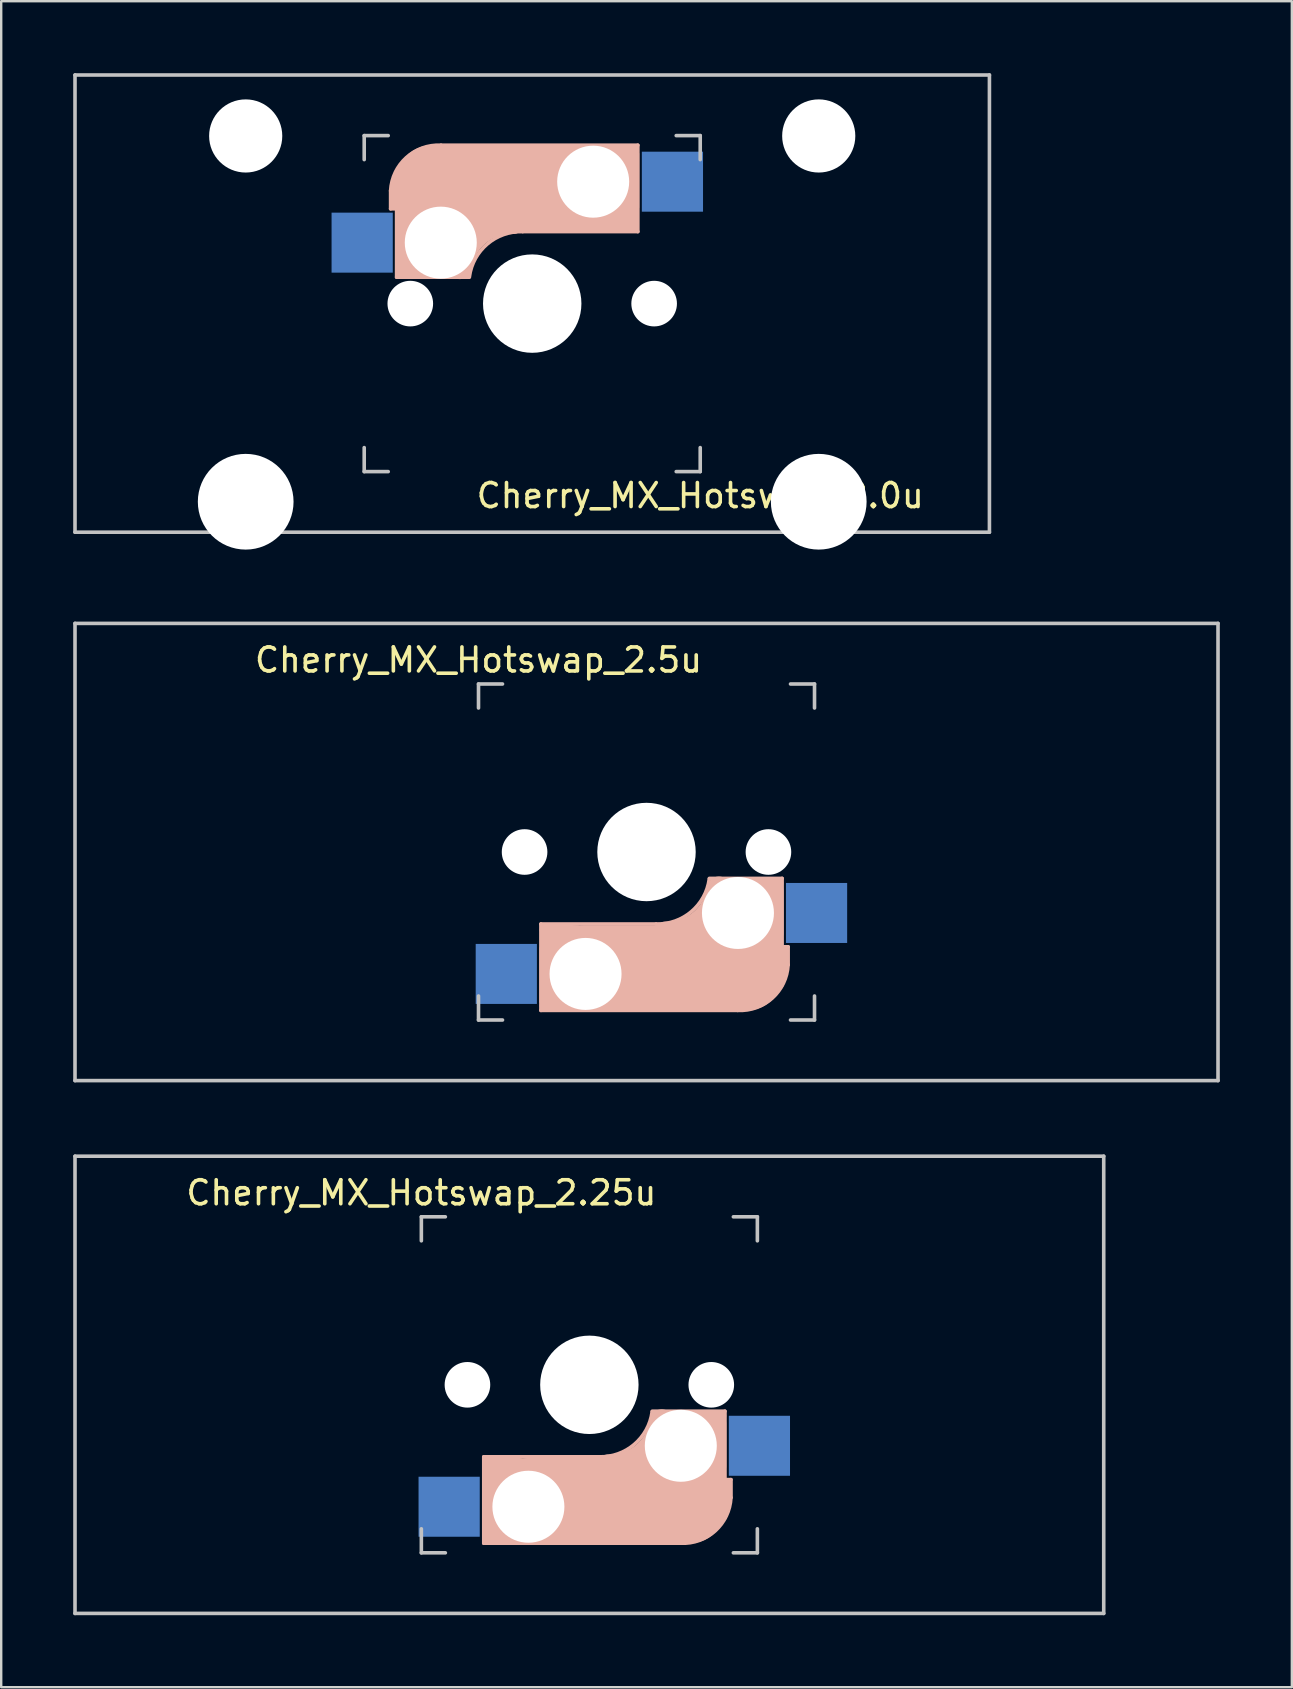
<source format=kicad_pcb>
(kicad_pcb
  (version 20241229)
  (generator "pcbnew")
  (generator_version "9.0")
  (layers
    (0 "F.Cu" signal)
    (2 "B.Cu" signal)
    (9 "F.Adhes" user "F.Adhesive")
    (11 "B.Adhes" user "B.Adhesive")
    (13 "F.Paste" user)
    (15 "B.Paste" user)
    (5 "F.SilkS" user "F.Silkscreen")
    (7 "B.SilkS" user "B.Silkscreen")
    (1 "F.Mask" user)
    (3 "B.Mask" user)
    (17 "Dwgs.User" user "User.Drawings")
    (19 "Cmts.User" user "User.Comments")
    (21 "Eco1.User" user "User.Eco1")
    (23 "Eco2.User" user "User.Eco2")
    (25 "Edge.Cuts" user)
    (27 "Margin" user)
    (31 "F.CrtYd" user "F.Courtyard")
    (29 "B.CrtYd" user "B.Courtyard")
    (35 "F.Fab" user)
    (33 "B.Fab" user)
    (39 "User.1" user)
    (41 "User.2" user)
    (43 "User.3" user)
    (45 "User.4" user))
  (footprint "Cherry_MX_Hotswap_2.5u"
    (layer "F.Cu")
    (at 23.887 32.449)
    (property "Reference" "Cherry_MX_Hotswap_2.5u" (at -7 -8 180) (layer "F.SilkS") (effects (font (size 1 1) (thickness 0.15))))
    (attr through_hole)
    (fp_line (start -4.4 3) (end -4.4 6.6) (stroke (width 0.15) (type solid)) (layer "B.SilkS"))
    (fp_line (start -4.4 6.6) (end 3.8 6.6) (stroke (width 0.15) (type solid)) (layer "B.SilkS"))
    (fp_line (start -4.38 4) (end -4.38 6.25) (stroke (width 0.15) (type solid)) (layer "B.SilkS"))
    (fp_line (start -4.25 6.4) (end -3 6.4) (stroke (width 0.4) (type solid)) (layer "B.SilkS"))
    (fp_line (start -4.2 3.25) (end -2.9 3.3) (stroke (width 0.5) (type solid)) (layer "B.SilkS"))
    (fp_line (start -3.9 6) (end -3.9 3.5) (stroke (width 1) (type solid)) (layer "B.SilkS"))
    (fp_line (start -2.6 4.8) (end 4.1 4.8) (stroke (width 3.5) (type solid)) (layer "B.SilkS"))
    (fp_line (start 0.4 3) (end -4.4 3) (stroke (width 0.15) (type solid)) (layer "B.SilkS"))
    (fp_line (start 4.17 5.1) (end 4.17 2.86) (stroke (width 3) (type solid)) (layer "B.SilkS"))
    (fp_line (start 5.3 1.6) (end 5.3 3.4) (stroke (width 0.8) (type solid)) (layer "B.SilkS"))
    (fp_line (start 5.45 1.3) (end 3 1.3) (stroke (width 0.5) (type solid)) (layer "B.SilkS"))
    (fp_line (start 5.65 1.1) (end 2.62 1.1) (stroke (width 0.15) (type solid)) (layer "B.SilkS"))
    (fp_line (start 5.65 5.55) (end 5.65 1.1) (stroke (width 0.15) (type solid)) (layer "B.SilkS"))
    (fp_line (start 5.8 4.05) (end 5.8 4.7) (stroke (width 0.3) (type solid)) (layer "B.SilkS"))
    (fp_line (start 5.9 3.95) (end 5.7 3.95) (stroke (width 0.15) (type solid)) (layer "B.SilkS"))
    (fp_line (start 5.9 4.7) (end 5.9 3.95) (stroke (width 0.15) (type solid)) (layer "B.SilkS"))
    (fp_arc (start 2.616318 1.121471) (mid 1.868709 2.486118) (end 0.4 3) (stroke (width 0.15) (type solid)) (layer "B.SilkS"))
    (fp_arc (start 3.016318 1.521471) (mid 2.268709 2.886118) (end 0.8 3.4) (stroke (width 1) (type solid)) (layer "B.SilkS"))
    (fp_arc (start 5.9 4.699999) (mid 5.243504 6.084924) (end 3.800001 6.6) (stroke (width 0.15) (type solid)) (layer "B.SilkS"))
    (fp_line (start -23.812 -9.525) (end 23.812 -9.525) (stroke (width 0.15) (type solid)) (layer "Dwgs.User"))
    (fp_line (start -23.812 9.525) (end -23.812 -9.525) (stroke (width 0.15) (type solid)) (layer "Dwgs.User"))
    (fp_line (start -7 -7) (end -7 -6) (stroke (width 0.15) (type solid)) (layer "Dwgs.User"))
    (fp_line (start -7 7) (end -7 6) (stroke (width 0.15) (type solid)) (layer "Dwgs.User"))
    (fp_line (start -7 7) (end -6 7) (stroke (width 0.15) (type solid)) (layer "Dwgs.User"))
    (fp_line (start -6 -7) (end -7 -7) (stroke (width 0.15) (type solid)) (layer "Dwgs.User"))
    (fp_line (start 7 -7) (end 6 -7) (stroke (width 0.15) (type solid)) (layer "Dwgs.User"))
    (fp_line (start 7 -6) (end 7 -7) (stroke (width 0.15) (type solid)) (layer "Dwgs.User"))
    (fp_line (start 7 6) (end 7 7) (stroke (width 0.15) (type solid)) (layer "Dwgs.User"))
    (fp_line (start 7 7) (end 6 7) (stroke (width 0.15) (type solid)) (layer "Dwgs.User"))
    (fp_line (start 23.812 -9.525) (end 23.812 9.525) (stroke (width 0.15) (type solid)) (layer "Dwgs.User"))
    (fp_line (start 23.812 9.525) (end -23.812 9.525) (stroke (width 0.15) (type solid)) (layer "Dwgs.User"))
    (pad "" np_thru_hole circle (at -5.08 0 180) (size 1.9 1.9) (drill 1.9) (layers "*.Cu" "*.Mask"))
    (pad "" np_thru_hole circle (at -2.54 5.08 180) (size 3 3) (drill 3) (layers "*.Cu" "*.Mask"))
    (pad "" np_thru_hole circle (at 0 0 270) (size 4.1 4.1) (drill 4.1) (layers "*.Cu" "*.Mask"))
    (pad "" np_thru_hole circle (at 3.81 2.54 180) (size 3 3) (drill 3) (layers "*.Cu" "*.Mask"))
    (pad "" np_thru_hole circle (at 5.08 0 180) (size 1.9 1.9) (drill 1.9) (layers "*.Cu" "*.Mask"))
    (pad "1" smd rect (at 7.085 2.54) (size 2.55 2.5) (layers "B.Cu" "B.Mask" "B.Paste"))
    (pad "2" smd rect (at -5.842 5.08) (size 2.55 2.5) (layers "B.Cu" "B.Mask" "B.Paste")))
  (footprint "Cherry_MX_Hotswap_2.0u"
    (layer "F.Cu")
    (at 19.125 9.6)
    (property "Reference" "Cherry_MX_Hotswap_2.0u" (at 7 8 0) (layer "F.SilkS") (effects (font (size 1 1) (thickness 0.15))))
    (attr through_hole)
    (fp_line (start -5.9 -4.7) (end -5.9 -3.95) (stroke (width 0.15) (type solid)) (layer "B.SilkS"))
    (fp_line (start -5.9 -3.95) (end -5.7 -3.95) (stroke (width 0.15) (type solid)) (layer "B.SilkS"))
    (fp_line (start -5.8 -4.05) (end -5.8 -4.7) (stroke (width 0.3) (type solid)) (layer "B.SilkS"))
    (fp_line (start -5.65 -5.55) (end -5.65 -1.1) (stroke (width 0.15) (type solid)) (layer "B.SilkS"))
    (fp_line (start -5.65 -1.1) (end -2.62 -1.1) (stroke (width 0.15) (type solid)) (layer "B.SilkS"))
    (fp_line (start -5.45 -1.3) (end -3 -1.3) (stroke (width 0.5) (type solid)) (layer "B.SilkS"))
    (fp_line (start -5.3 -1.6) (end -5.3 -3.4) (stroke (width 0.8) (type solid)) (layer "B.SilkS"))
    (fp_line (start -4.17 -5.1) (end -4.17 -2.86) (stroke (width 3) (type solid)) (layer "B.SilkS"))
    (fp_line (start -0.4 -3) (end 4.4 -3) (stroke (width 0.15) (type solid)) (layer "B.SilkS"))
    (fp_line (start 2.6 -4.8) (end -4.1 -4.8) (stroke (width 3.5) (type solid)) (layer "B.SilkS"))
    (fp_line (start 3.9 -6) (end 3.9 -3.5) (stroke (width 1) (type solid)) (layer "B.SilkS"))
    (fp_line (start 4.2 -3.25) (end 2.9 -3.3) (stroke (width 0.5) (type solid)) (layer "B.SilkS"))
    (fp_line (start 4.25 -6.4) (end 3 -6.4) (stroke (width 0.4) (type solid)) (layer "B.SilkS"))
    (fp_line (start 4.38 -4) (end 4.38 -6.25) (stroke (width 0.15) (type solid)) (layer "B.SilkS"))
    (fp_line (start 4.4 -6.6) (end -3.8 -6.6) (stroke (width 0.15) (type solid)) (layer "B.SilkS"))
    (fp_line (start 4.4 -3) (end 4.4 -6.6) (stroke (width 0.15) (type solid)) (layer "B.SilkS"))
    (fp_arc (start -5.9 -4.699999) (mid -5.243504 -6.084924) (end -3.800001 -6.6) (stroke (width 0.15) (type solid)) (layer "B.SilkS"))
    (fp_arc (start -3.016318 -1.521471) (mid -2.268709 -2.886118) (end -0.8 -3.4) (stroke (width 1) (type solid)) (layer "B.SilkS"))
    (fp_arc (start -2.616318 -1.121471) (mid -1.868709 -2.486118) (end -0.4 -3) (stroke (width 0.15) (type solid)) (layer "B.SilkS"))
    (fp_line (start -19.05 -9.525) (end 19.05 -9.525) (stroke (width 0.15) (type solid)) (layer "Dwgs.User"))
    (fp_line (start -19.05 9.525) (end -19.05 -9.525) (stroke (width 0.15) (type solid)) (layer "Dwgs.User"))
    (fp_line (start -7 -7) (end -6 -7) (stroke (width 0.15) (type solid)) (layer "Dwgs.User"))
    (fp_line (start -7 -6) (end -7 -7) (stroke (width 0.15) (type solid)) (layer "Dwgs.User"))
    (fp_line (start -7 6) (end -7 7) (stroke (width 0.15) (type solid)) (layer "Dwgs.User"))
    (fp_line (start -7 7) (end -6 7) (stroke (width 0.15) (type solid)) (layer "Dwgs.User"))
    (fp_line (start 6 7) (end 7 7) (stroke (width 0.15) (type solid)) (layer "Dwgs.User"))
    (fp_line (start 7 -7) (end 6 -7) (stroke (width 0.15) (type solid)) (layer "Dwgs.User"))
    (fp_line (start 7 -7) (end 7 -6) (stroke (width 0.15) (type solid)) (layer "Dwgs.User"))
    (fp_line (start 7 7) (end 7 6) (stroke (width 0.15) (type solid)) (layer "Dwgs.User"))
    (fp_line (start 19.05 -9.525) (end 19.05 9.525) (stroke (width 0.15) (type solid)) (layer "Dwgs.User"))
    (fp_line (start 19.05 9.525) (end -19.05 9.525) (stroke (width 0.15) (type solid)) (layer "Dwgs.User"))
    (pad "" np_thru_hole circle (at -11.938 -6.985) (size 3.048 3.048) (drill 3.048) (layers "*.Cu" "*.Mask"))
    (pad "" np_thru_hole circle (at -11.938 8.255) (size 3.988 3.988) (drill 3.988) (layers "*.Cu" "*.Mask"))
    (pad "" np_thru_hole circle (at -5.08 0) (size 1.9 1.9) (drill 1.9) (layers "*.Cu" "*.Mask"))
    (pad "" np_thru_hole circle (at -3.81 -2.54) (size 3 3) (drill 3) (layers "*.Cu" "*.Mask"))
    (pad "" np_thru_hole circle (at 0 0 90) (size 4.1 4.1) (drill 4.1) (layers "*.Cu" "*.Mask"))
    (pad "" np_thru_hole circle (at 2.54 -5.08) (size 3 3) (drill 3) (layers "*.Cu" "*.Mask"))
    (pad "" np_thru_hole circle (at 5.08 0) (size 1.9 1.9) (drill 1.9) (layers "*.Cu" "*.Mask"))
    (pad "" np_thru_hole circle (at 11.938 -6.985) (size 3.048 3.048) (drill 3.048) (layers "*.Cu" "*.Mask"))
    (pad "" np_thru_hole circle (at 11.938 8.255) (size 3.988 3.988) (drill 3.988) (layers "*.Cu" "*.Mask"))
    (pad "1" smd rect (at -7.085 -2.54 180) (size 2.55 2.5) (layers "B.Cu" "B.Mask" "B.Paste"))
    (pad "2" smd rect (at 5.842 -5.08 180) (size 2.55 2.5) (layers "B.Cu" "B.Mask" "B.Paste")))
  (footprint "Cherry_MX_Hotswap_2.25u"
    (layer "F.Cu")
    (at 21.506 54.649)
    (property "Reference" "Cherry_MX_Hotswap_2.25u" (at -7 -8 0) (layer "F.SilkS") (effects (font (size 1 1) (thickness 0.15))))
    (attr through_hole)
    (fp_line (start -4.4 3) (end -4.4 6.6) (stroke (width 0.15) (type solid)) (layer "B.SilkS"))
    (fp_line (start -4.4 6.6) (end 3.8 6.6) (stroke (width 0.15) (type solid)) (layer "B.SilkS"))
    (fp_line (start -4.38 4) (end -4.38 6.25) (stroke (width 0.15) (type solid)) (layer "B.SilkS"))
    (fp_line (start -4.25 6.4) (end -3 6.4) (stroke (width 0.4) (type solid)) (layer "B.SilkS"))
    (fp_line (start -4.2 3.25) (end -2.9 3.3) (stroke (width 0.5) (type solid)) (layer "B.SilkS"))
    (fp_line (start -3.9 6) (end -3.9 3.5) (stroke (width 1) (type solid)) (layer "B.SilkS"))
    (fp_line (start -2.6 4.8) (end 4.1 4.8) (stroke (width 3.5) (type solid)) (layer "B.SilkS"))
    (fp_line (start 0.4 3) (end -4.4 3) (stroke (width 0.15) (type solid)) (layer "B.SilkS"))
    (fp_line (start 4.17 5.1) (end 4.17 2.86) (stroke (width 3) (type solid)) (layer "B.SilkS"))
    (fp_line (start 5.3 1.6) (end 5.3 3.4) (stroke (width 0.8) (type solid)) (layer "B.SilkS"))
    (fp_line (start 5.45 1.3) (end 3 1.3) (stroke (width 0.5) (type solid)) (layer "B.SilkS"))
    (fp_line (start 5.65 1.1) (end 2.62 1.1) (stroke (width 0.15) (type solid)) (layer "B.SilkS"))
    (fp_line (start 5.65 5.55) (end 5.65 1.1) (stroke (width 0.15) (type solid)) (layer "B.SilkS"))
    (fp_line (start 5.8 4.05) (end 5.8 4.7) (stroke (width 0.3) (type solid)) (layer "B.SilkS"))
    (fp_line (start 5.9 3.95) (end 5.7 3.95) (stroke (width 0.15) (type solid)) (layer "B.SilkS"))
    (fp_line (start 5.9 4.7) (end 5.9 3.95) (stroke (width 0.15) (type solid)) (layer "B.SilkS"))
    (fp_arc (start 2.616318 1.121471) (mid 1.868709 2.486118) (end 0.4 3) (stroke (width 0.15) (type solid)) (layer "B.SilkS"))
    (fp_arc (start 3.016318 1.521471) (mid 2.268709 2.886118) (end 0.8 3.4) (stroke (width 1) (type solid)) (layer "B.SilkS"))
    (fp_arc (start 5.9 4.699999) (mid 5.243504 6.084924) (end 3.800001 6.6) (stroke (width 0.15) (type solid)) (layer "B.SilkS"))
    (fp_line (start -21.431 -9.525) (end 21.431 -9.525) (stroke (width 0.15) (type solid)) (layer "Dwgs.User"))
    (fp_line (start -21.431 9.525) (end -21.431 -9.525) (stroke (width 0.15) (type solid)) (layer "Dwgs.User"))
    (fp_line (start -7 -7) (end -7 -6) (stroke (width 0.15) (type solid)) (layer "Dwgs.User"))
    (fp_line (start -7 7) (end -7 6) (stroke (width 0.15) (type solid)) (layer "Dwgs.User"))
    (fp_line (start -7 7) (end -6 7) (stroke (width 0.15) (type solid)) (layer "Dwgs.User"))
    (fp_line (start -6 -7) (end -7 -7) (stroke (width 0.15) (type solid)) (layer "Dwgs.User"))
    (fp_line (start 7 -7) (end 6 -7) (stroke (width 0.15) (type solid)) (layer "Dwgs.User"))
    (fp_line (start 7 -6) (end 7 -7) (stroke (width 0.15) (type solid)) (layer "Dwgs.User"))
    (fp_line (start 7 6) (end 7 7) (stroke (width 0.15) (type solid)) (layer "Dwgs.User"))
    (fp_line (start 7 7) (end 6 7) (stroke (width 0.15) (type solid)) (layer "Dwgs.User"))
    (fp_line (start 21.431 -9.525) (end 21.431 9.525) (stroke (width 0.15) (type solid)) (layer "Dwgs.User"))
    (fp_line (start 21.431 9.525) (end -21.431 9.525) (stroke (width 0.15) (type solid)) (layer "Dwgs.User"))
    (pad "" np_thru_hole circle (at -5.08 0 180) (size 1.9 1.9) (drill 1.9) (layers "*.Cu" "*.Mask"))
    (pad "" np_thru_hole circle (at -2.54 5.08 180) (size 3 3) (drill 3) (layers "*.Cu" "*.Mask"))
    (pad "" np_thru_hole circle (at 0 0 270) (size 4.1 4.1) (drill 4.1) (layers "*.Cu" "*.Mask"))
    (pad "" np_thru_hole circle (at 3.81 2.54 180) (size 3 3) (drill 3) (layers "*.Cu" "*.Mask"))
    (pad "" np_thru_hole circle (at 5.08 0 180) (size 1.9 1.9) (drill 1.9) (layers "*.Cu" "*.Mask"))
    (pad "1" smd rect (at 7.085 2.54) (size 2.55 2.5) (layers "B.Cu" "B.Mask" "B.Paste"))
    (pad "2" smd rect (at -5.842 5.08) (size 2.55 2.5) (layers "B.Cu" "B.Mask" "B.Paste")))
  (gr_rect
    (start -3 -3)
    (end 50.775 67.249)
    (stroke (width 0.1) (type default))
    (fill no)
    (layer "Edge.Cuts")))
</source>
